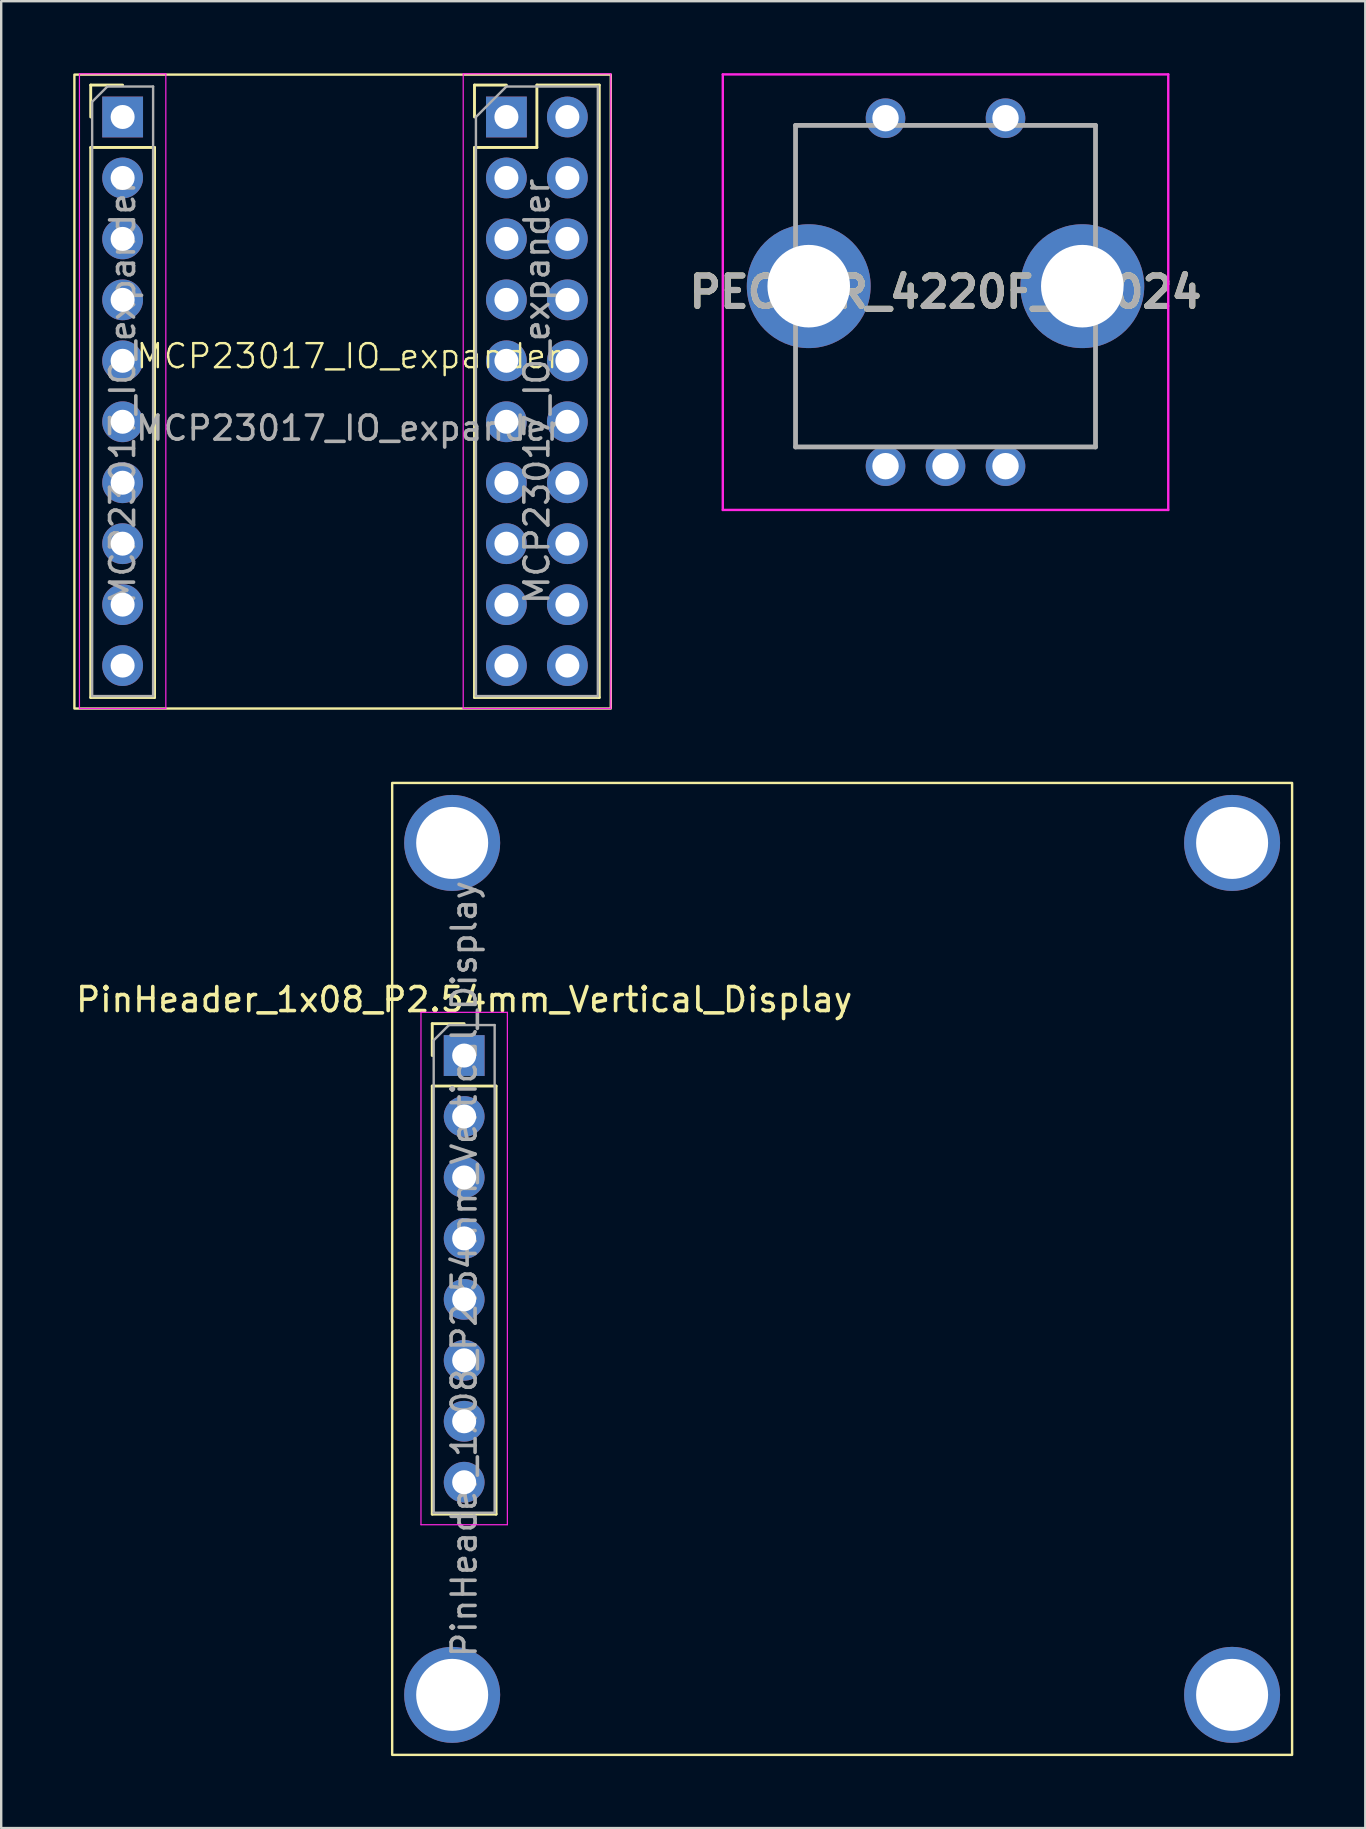
<source format=kicad_pcb>
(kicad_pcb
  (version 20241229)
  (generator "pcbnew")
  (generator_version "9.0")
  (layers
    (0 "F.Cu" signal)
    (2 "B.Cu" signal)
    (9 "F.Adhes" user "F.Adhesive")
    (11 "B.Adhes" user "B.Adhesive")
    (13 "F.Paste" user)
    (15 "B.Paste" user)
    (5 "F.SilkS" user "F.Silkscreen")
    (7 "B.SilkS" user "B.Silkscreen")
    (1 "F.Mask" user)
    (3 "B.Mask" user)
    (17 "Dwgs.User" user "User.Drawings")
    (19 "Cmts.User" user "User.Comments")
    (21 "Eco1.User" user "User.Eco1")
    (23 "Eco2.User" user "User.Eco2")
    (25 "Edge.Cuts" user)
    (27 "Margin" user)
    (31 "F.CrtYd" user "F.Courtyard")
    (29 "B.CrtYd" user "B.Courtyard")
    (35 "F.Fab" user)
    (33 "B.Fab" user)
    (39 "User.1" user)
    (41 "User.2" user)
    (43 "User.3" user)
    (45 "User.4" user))
  (footprint "MCP23017_IO_expander"
    (layer "F.Cu")
    (at 10.464 13.267)
    (property "Reference" "MCP23017_IO_expander" (at 1.016 -1.476 0) (unlocked yes) (layer "F.SilkS") (effects (font (size 1 1) (thickness 0.1))))
    (attr through_hole)
    (fp_line (start -9.734 -12.772) (end -8.404 -12.772) (stroke (width 0.12) (type solid)) (layer "F.SilkS"))
    (fp_line (start -9.734 -11.442) (end -9.734 -12.772) (stroke (width 0.12) (type solid)) (layer "F.SilkS"))
    (fp_line (start -9.734 -10.172) (end -9.734 12.748) (stroke (width 0.12) (type solid)) (layer "F.SilkS"))
    (fp_line (start -9.734 -10.172) (end -7.074 -10.172) (stroke (width 0.12) (type solid)) (layer "F.SilkS"))
    (fp_line (start -9.734 12.748) (end -7.074 12.748) (stroke (width 0.12) (type solid)) (layer "F.SilkS"))
    (fp_line (start -7.074 -10.172) (end -7.074 12.748) (stroke (width 0.12) (type solid)) (layer "F.SilkS"))
    (fp_line (start 6.258 -12.772) (end 7.588 -12.772) (stroke (width 0.12) (type solid)) (layer "F.SilkS"))
    (fp_line (start 6.258 -11.442) (end 6.258 -12.772) (stroke (width 0.12) (type solid)) (layer "F.SilkS"))
    (fp_line (start 6.258 -10.172) (end 6.258 12.748) (stroke (width 0.12) (type solid)) (layer "F.SilkS"))
    (fp_line (start 6.258 -10.172) (end 8.858 -10.172) (stroke (width 0.12) (type solid)) (layer "F.SilkS"))
    (fp_line (start 6.258 12.748) (end 11.458 12.748) (stroke (width 0.12) (type solid)) (layer "F.SilkS"))
    (fp_line (start 8.858 -12.772) (end 11.458 -12.772) (stroke (width 0.12) (type solid)) (layer "F.SilkS"))
    (fp_line (start 8.858 -10.172) (end 8.858 -12.772) (stroke (width 0.12) (type solid)) (layer "F.SilkS"))
    (fp_line (start 11.458 -12.772) (end 11.458 12.748) (stroke (width 0.12) (type solid)) (layer "F.SilkS"))
    (fp_rect (start -10.414 -13.208) (end 11.938 13.208) (stroke (width 0.1) (type default)) (fill no) (layer "F.SilkS"))
    (fp_line (start -10.204 -13.242) (end -10.204 13.208) (stroke (width 0.05) (type solid)) (layer "F.CrtYd"))
    (fp_line (start -10.204 13.208) (end -6.604 13.208) (stroke (width 0.05) (type solid)) (layer "F.CrtYd"))
    (fp_line (start -6.604 -13.242) (end -10.204 -13.242) (stroke (width 0.05) (type solid)) (layer "F.CrtYd"))
    (fp_line (start -6.604 13.208) (end -6.604 -13.242) (stroke (width 0.05) (type solid)) (layer "F.CrtYd"))
    (fp_line (start 5.788 -13.242) (end 5.788 13.208) (stroke (width 0.05) (type solid)) (layer "F.CrtYd"))
    (fp_line (start 5.788 13.208) (end 11.938 13.208) (stroke (width 0.05) (type solid)) (layer "F.CrtYd"))
    (fp_line (start 11.938 -13.242) (end 5.788 -13.242) (stroke (width 0.05) (type solid)) (layer "F.CrtYd"))
    (fp_line (start 11.938 13.208) (end 11.938 -13.242) (stroke (width 0.05) (type solid)) (layer "F.CrtYd"))
    (fp_line (start -9.674 -12.077) (end -9.039 -12.712) (stroke (width 0.1) (type solid)) (layer "F.Fab"))
    (fp_line (start -9.674 12.688) (end -9.674 -12.077) (stroke (width 0.1) (type solid)) (layer "F.Fab"))
    (fp_line (start -9.039 -12.712) (end -7.134 -12.712) (stroke (width 0.1) (type solid)) (layer "F.Fab"))
    (fp_line (start -7.134 -12.712) (end -7.134 12.688) (stroke (width 0.1) (type solid)) (layer "F.Fab"))
    (fp_line (start -7.134 12.688) (end -9.674 12.688) (stroke (width 0.1) (type solid)) (layer "F.Fab"))
    (fp_line (start 6.318 -11.442) (end 7.588 -12.712) (stroke (width 0.1) (type solid)) (layer "F.Fab"))
    (fp_line (start 6.318 12.688) (end 6.318 -11.442) (stroke (width 0.1) (type solid)) (layer "F.Fab"))
    (fp_line (start 7.588 -12.712) (end 11.398 -12.712) (stroke (width 0.1) (type solid)) (layer "F.Fab"))
    (fp_line (start 11.398 -12.712) (end 11.398 12.688) (stroke (width 0.1) (type solid)) (layer "F.Fab"))
    (fp_line (start 11.398 12.688) (end 6.318 12.688) (stroke (width 0.1) (type solid)) (layer "F.Fab"))
    (fp_text user "${REFERENCE}" (at -8.404 -0.012 90) (layer "F.Fab") (effects (font (size 1 1) (thickness 0.15))))
    (fp_text user "${REFERENCE}" (at 1.016 1.524 0) (unlocked yes) (layer "F.Fab") (effects (font (size 1 1) (thickness 0.15))))
    (fp_text user "${REFERENCE}" (at 8.858 -0.012 90) (layer "F.Fab") (effects (font (size 1 1) (thickness 0.15))))
    (pad "1" thru_hole oval (at 7.588 3.798) (size 1.7 1.7) (drill 1) (layers "*.Cu" "*.Mask"))
    (pad "2" thru_hole oval (at 7.588 6.338) (size 1.7 1.7) (drill 1) (layers "*.Cu" "*.Mask"))
    (pad "3" thru_hole oval (at 7.588 8.878) (size 1.7 1.7) (drill 1) (layers "*.Cu" "*.Mask"))
    (pad "4" thru_hole oval (at 7.588 11.418) (size 1.7 1.7) (drill 1) (layers "*.Cu" "*.Mask"))
    (pad "5" thru_hole oval (at -8.404 11.418) (size 1.7 1.7) (drill 1) (layers "*.Cu" "*.Mask"))
    (pad "5" thru_hole rect (at 7.588 -11.442) (size 1.7 1.7) (drill 1) (layers "*.Cu" "*.Mask"))
    (pad "6" thru_hole oval (at -8.404 8.878) (size 1.7 1.7) (drill 1) (layers "*.Cu" "*.Mask"))
    (pad "6" thru_hole oval (at 10.128 -11.442) (size 1.7 1.7) (drill 1) (layers "*.Cu" "*.Mask"))
    (pad "7" thru_hole oval (at -8.404 -1.282) (size 1.7 1.7) (drill 1) (layers "*.Cu" "*.Mask"))
    (pad "8" thru_hole oval (at -8.404 6.338) (size 1.7 1.7) (drill 1) (layers "*.Cu" "*.Mask"))
    (pad "9" thru_hole oval (at -8.404 3.798) (size 1.7 1.7) (drill 1) (layers "*.Cu" "*.Mask"))
    (pad "10" thru_hole oval (at -8.404 1.258) (size 1.7 1.7) (drill 1) (layers "*.Cu" "*.Mask"))
    (pad "11" thru_hole oval (at -8.404 -6.362) (size 1.7 1.7) (drill 1) (layers "*.Cu" "*.Mask"))
    (pad "12" thru_hole oval (at -8.404 -8.902) (size 1.7 1.7) (drill 1) (layers "*.Cu" "*.Mask"))
    (pad "13" thru_hole rect (at -8.404 -11.442) (size 1.7 1.7) (drill 1) (layers "*.Cu" "*.Mask"))
    (pad "14" thru_hole oval (at -8.404 -3.822) (size 1.7 1.7) (drill 1) (layers "*.Cu" "*.Mask"))
    (pad "15" thru_hole oval (at 7.588 -8.902) (size 1.7 1.7) (drill 1) (layers "*.Cu" "*.Mask"))
    (pad "16" thru_hole oval (at 10.128 -8.902) (size 1.7 1.7) (drill 1) (layers "*.Cu" "*.Mask"))
    (pad "17" thru_hole oval (at 10.128 -6.362) (size 1.7 1.7) (drill 1) (layers "*.Cu" "*.Mask"))
    (pad "18" thru_hole oval (at 10.128 -3.822) (size 1.7 1.7) (drill 1) (layers "*.Cu" "*.Mask"))
    (pad "19" thru_hole oval (at 10.128 -1.282) (size 1.7 1.7) (drill 1) (layers "*.Cu" "*.Mask"))
    (pad "20" thru_hole oval (at 10.128 1.258) (size 1.7 1.7) (drill 1) (layers "*.Cu" "*.Mask"))
    (pad "21" thru_hole oval (at 10.128 3.798) (size 1.7 1.7) (drill 1) (layers "*.Cu" "*.Mask"))
    (pad "22" thru_hole oval (at 10.128 6.338) (size 1.7 1.7) (drill 1) (layers "*.Cu" "*.Mask"))
    (pad "23" thru_hole oval (at 10.128 8.878) (size 1.7 1.7) (drill 1) (layers "*.Cu" "*.Mask"))
    (pad "24" thru_hole oval (at 10.128 11.418) (size 1.7 1.7) (drill 1) (layers "*.Cu" "*.Mask"))
    (pad "25" thru_hole oval (at 7.588 -6.362) (size 1.7 1.7) (drill 1) (layers "*.Cu" "*.Mask"))
    (pad "26" thru_hole oval (at 7.588 -3.822) (size 1.7 1.7) (drill 1) (layers "*.Cu" "*.Mask"))
    (pad "27" thru_hole oval (at 7.588 -1.282) (size 1.7 1.7) (drill 1) (layers "*.Cu" "*.Mask"))
    (pad "28" thru_hole oval (at 7.588 1.258) (size 1.7 1.7) (drill 1) (layers "*.Cu" "*.Mask")))
  (footprint "PEC11R_4220F_S0024"
    (layer "F.Cu")
    (at 33.85 1.875)
    (property "Reference" "PEC11R_4220F_S0024" (at 2.5 7.25 0) (layer "F.SilkS") (effects (font (size 1.27 1.27) (thickness 0.254))))
    (attr through_hole)
    (fp_line (start -3.75 0.3) (end -1.5 0.3) (stroke (width 0.1) (type solid)) (layer "F.SilkS"))
    (fp_line (start -3.75 4) (end -3.75 0.3) (stroke (width 0.1) (type solid)) (layer "F.SilkS"))
    (fp_line (start -3.75 10) (end -3.75 13.7) (stroke (width 0.1) (type solid)) (layer "F.SilkS"))
    (fp_line (start -3.75 13.7) (end -1.5 13.7) (stroke (width 0.1) (type solid)) (layer "F.SilkS"))
    (fp_line (start 6.5 0.3) (end 8.75 0.3) (stroke (width 0.1) (type solid)) (layer "F.SilkS"))
    (fp_line (start 6.5 13.7) (end 8.75 13.7) (stroke (width 0.1) (type solid)) (layer "F.SilkS"))
    (fp_line (start 8.75 0.3) (end 8.75 4) (stroke (width 0.1) (type solid)) (layer "F.SilkS"))
    (fp_line (start 8.75 13.7) (end 8.75 10) (stroke (width 0.1) (type solid)) (layer "F.SilkS"))
    (fp_line (start -6.781 -1.825) (end 11.781 -1.825) (stroke (width 0.1) (type solid)) (layer "F.CrtYd"))
    (fp_line (start -6.781 16.325) (end -6.781 -1.825) (stroke (width 0.1) (type solid)) (layer "F.CrtYd"))
    (fp_line (start 11.781 -1.825) (end 11.781 16.325) (stroke (width 0.1) (type solid)) (layer "F.CrtYd"))
    (fp_line (start 11.781 16.325) (end -6.781 16.325) (stroke (width 0.1) (type solid)) (layer "F.CrtYd"))
    (fp_line (start -3.75 0.3) (end 8.75 0.3) (stroke (width 0.2) (type solid)) (layer "F.Fab"))
    (fp_line (start -3.75 13.7) (end -3.75 0.3) (stroke (width 0.2) (type solid)) (layer "F.Fab"))
    (fp_line (start 8.75 0.3) (end 8.75 13.7) (stroke (width 0.2) (type solid)) (layer "F.Fab"))
    (fp_line (start 8.75 13.7) (end -3.75 13.7) (stroke (width 0.2) (type solid)) (layer "F.Fab"))
    (fp_text user "${REFERENCE}" (at 2.5 7.25 0) (layer "F.Fab") (effects (font (size 1.27 1.27) (thickness 0.254))))
    (pad "1" thru_hole circle (at 0 0) (size 1.65 1.65) (drill 1.1) (layers "*.Cu" "*.Mask"))
    (pad "2" thru_hole circle (at 5 0) (size 1.65 1.65) (drill 1.1) (layers "*.Cu" "*.Mask"))
    (pad "A1" thru_hole circle (at 0 14.5) (size 1.65 1.65) (drill 1.1) (layers "*.Cu" "*.Mask"))
    (pad "B1" thru_hole circle (at 5 14.5) (size 1.65 1.65) (drill 1.1) (layers "*.Cu" "*.Mask"))
    (pad "C1" thru_hole circle (at 2.5 14.5) (size 1.65 1.65) (drill 1.1) (layers "*.Cu" "*.Mask"))
    (pad "MH1" thru_hole circle (at -3.2 7) (size 5.161 5.161) (drill 3.441) (layers "*.Cu" "*.Mask"))
    (pad "MH2" thru_hole circle (at 8.2 7) (size 5.161 5.161) (drill 3.441) (layers "*.Cu" "*.Mask")))
  (footprint "PinHeader_1x08_P2.54mm_Vertical_Display"
    (layer "F.Cu")
    (at 16.292 40.935)
    (property "Reference" "PinHeader_1x08_P2.54mm_Vertical_Display" (at 0 -2.33 0) (layer "F.SilkS") (effects (font (size 1 1) (thickness 0.15))))
    (attr through_hole)
    (fp_line (start -1.33 -1.33) (end 0 -1.33) (stroke (width 0.12) (type solid)) (layer "F.SilkS"))
    (fp_line (start -1.33 0) (end -1.33 -1.33) (stroke (width 0.12) (type solid)) (layer "F.SilkS"))
    (fp_line (start -1.33 1.27) (end -1.33 19.11) (stroke (width 0.12) (type solid)) (layer "F.SilkS"))
    (fp_line (start -1.33 1.27) (end 1.33 1.27) (stroke (width 0.12) (type solid)) (layer "F.SilkS"))
    (fp_line (start -1.33 19.11) (end 1.33 19.11) (stroke (width 0.12) (type solid)) (layer "F.SilkS"))
    (fp_line (start 1.33 1.27) (end 1.33 19.11) (stroke (width 0.12) (type solid)) (layer "F.SilkS"))
    (fp_rect (start -3 -11.36) (end 34.5 29.14) (stroke (width 0.1) (type solid)) (fill no) (layer "F.SilkS"))
    (fp_line (start -1.8 -1.8) (end -1.8 19.55) (stroke (width 0.05) (type solid)) (layer "F.CrtYd"))
    (fp_line (start -1.8 19.55) (end 1.8 19.55) (stroke (width 0.05) (type solid)) (layer "F.CrtYd"))
    (fp_line (start 1.8 -1.8) (end -1.8 -1.8) (stroke (width 0.05) (type solid)) (layer "F.CrtYd"))
    (fp_line (start 1.8 19.55) (end 1.8 -1.8) (stroke (width 0.05) (type solid)) (layer "F.CrtYd"))
    (fp_line (start -1.27 -0.635) (end -0.635 -1.27) (stroke (width 0.1) (type solid)) (layer "F.Fab"))
    (fp_line (start -1.27 19.05) (end -1.27 -0.635) (stroke (width 0.1) (type solid)) (layer "F.Fab"))
    (fp_line (start -0.635 -1.27) (end 1.27 -1.27) (stroke (width 0.1) (type solid)) (layer "F.Fab"))
    (fp_line (start 1.27 -1.27) (end 1.27 19.05) (stroke (width 0.1) (type solid)) (layer "F.Fab"))
    (fp_line (start 1.27 19.05) (end -1.27 19.05) (stroke (width 0.1) (type solid)) (layer "F.Fab"))
    (fp_text user "${REFERENCE}" (at 0 8.89 90) (layer "F.Fab") (effects (font (size 1 1) (thickness 0.15))))
    (pad "" np_thru_hole circle (at -0.5 -8.86) (size 4 4) (drill 3) (layers "*.Cu" "*.Mask"))
    (pad "" np_thru_hole circle (at -0.5 26.64) (size 4 4) (drill 3) (layers "*.Cu" "*.Mask"))
    (pad "" np_thru_hole circle (at 32 -8.86) (size 4 4) (drill 3) (layers "*.Cu" "*.Mask"))
    (pad "" np_thru_hole circle (at 32 26.64) (size 4 4) (drill 3) (layers "*.Cu" "*.Mask"))
    (pad "1" thru_hole rect (at 0 0) (size 1.7 1.7) (drill 1) (layers "*.Cu" "*.Mask"))
    (pad "2" thru_hole oval (at 0 2.54) (size 1.7 1.7) (drill 1) (layers "*.Cu" "*.Mask"))
    (pad "3" thru_hole oval (at 0 5.08) (size 1.7 1.7) (drill 1) (layers "*.Cu" "*.Mask"))
    (pad "4" thru_hole oval (at 0 7.62) (size 1.7 1.7) (drill 1) (layers "*.Cu" "*.Mask"))
    (pad "5" thru_hole oval (at 0 10.16) (size 1.7 1.7) (drill 1) (layers "*.Cu" "*.Mask"))
    (pad "6" thru_hole oval (at 0 12.7) (size 1.7 1.7) (drill 1) (layers "*.Cu" "*.Mask"))
    (pad "7" thru_hole oval (at 0 15.24) (size 1.7 1.7) (drill 1) (layers "*.Cu" "*.Mask"))
    (pad "8" thru_hole oval (at 0 17.78) (size 1.7 1.7) (drill 1) (layers "*.Cu" "*.Mask")))
  (gr_rect
    (start -3 -3)
    (end 53.842 73.125)
    (stroke (width 0.1) (type default))
    (fill no)
    (layer "Edge.Cuts")))
</source>
